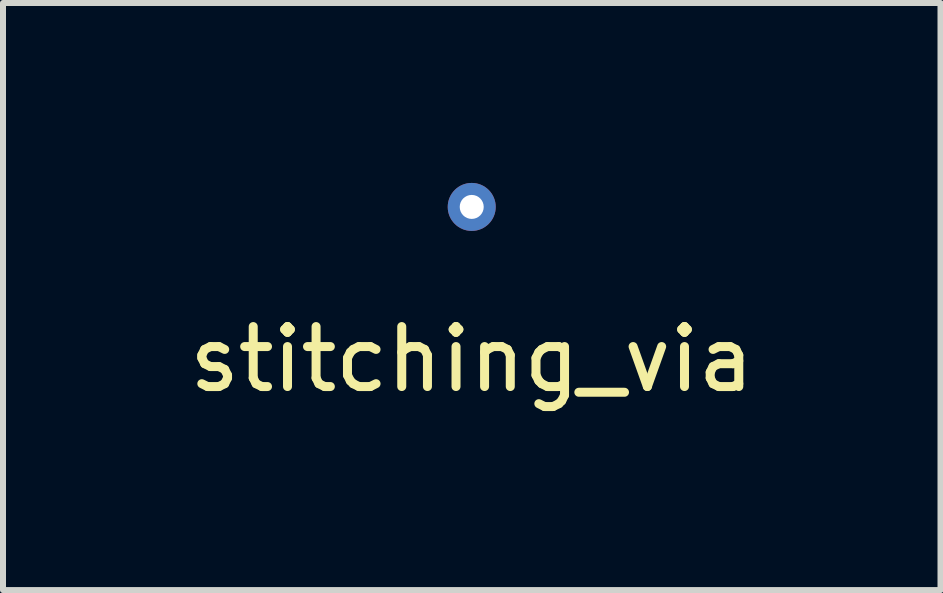
<source format=kicad_pcb>
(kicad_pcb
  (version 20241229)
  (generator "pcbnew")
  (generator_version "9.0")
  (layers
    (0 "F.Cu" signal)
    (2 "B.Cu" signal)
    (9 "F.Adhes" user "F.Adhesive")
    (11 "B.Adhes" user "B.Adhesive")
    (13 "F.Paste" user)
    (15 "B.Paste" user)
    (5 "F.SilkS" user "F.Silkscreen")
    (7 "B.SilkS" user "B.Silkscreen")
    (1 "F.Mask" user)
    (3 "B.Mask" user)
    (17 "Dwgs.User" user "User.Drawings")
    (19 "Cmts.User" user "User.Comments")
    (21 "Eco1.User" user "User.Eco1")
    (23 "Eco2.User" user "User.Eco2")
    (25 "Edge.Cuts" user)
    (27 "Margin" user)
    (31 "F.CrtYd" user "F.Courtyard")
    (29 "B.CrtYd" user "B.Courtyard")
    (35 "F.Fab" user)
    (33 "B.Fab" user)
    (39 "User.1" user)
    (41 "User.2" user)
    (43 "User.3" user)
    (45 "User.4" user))
  (footprint "stitching_via"
    (layer "F.Cu")
    (at 4.815 0.4)
    (property "Reference" "stitching_via" (at 0 2.54 0) (layer "F.SilkS") (effects (font (size 1 1) (thickness 0.15))))
    (attr through_hole)
    (pad "1" thru_hole circle (at 0 0) (size 0.8 0.8) (drill 0.4) (layers "*.Cu" "*.Mask")))
  (gr_rect
    (start -3 -3)
    (end 12.631 6.788)
    (stroke (width 0.1) (type default))
    (fill no)
    (layer "Edge.Cuts")))
</source>
